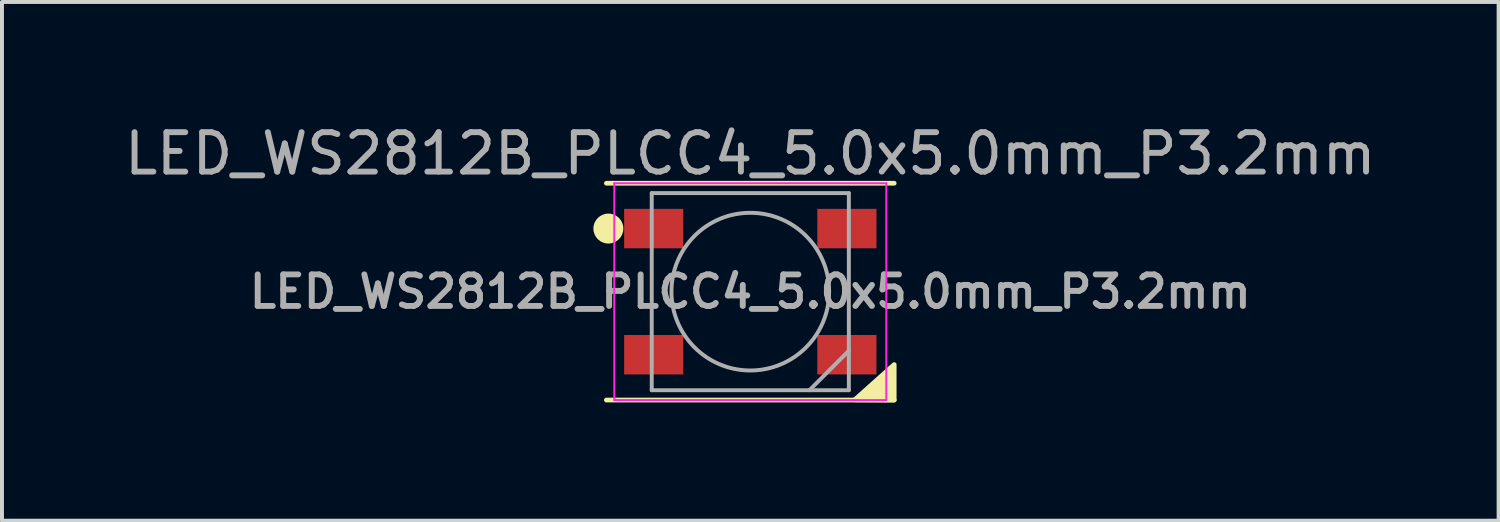
<source format=kicad_pcb>
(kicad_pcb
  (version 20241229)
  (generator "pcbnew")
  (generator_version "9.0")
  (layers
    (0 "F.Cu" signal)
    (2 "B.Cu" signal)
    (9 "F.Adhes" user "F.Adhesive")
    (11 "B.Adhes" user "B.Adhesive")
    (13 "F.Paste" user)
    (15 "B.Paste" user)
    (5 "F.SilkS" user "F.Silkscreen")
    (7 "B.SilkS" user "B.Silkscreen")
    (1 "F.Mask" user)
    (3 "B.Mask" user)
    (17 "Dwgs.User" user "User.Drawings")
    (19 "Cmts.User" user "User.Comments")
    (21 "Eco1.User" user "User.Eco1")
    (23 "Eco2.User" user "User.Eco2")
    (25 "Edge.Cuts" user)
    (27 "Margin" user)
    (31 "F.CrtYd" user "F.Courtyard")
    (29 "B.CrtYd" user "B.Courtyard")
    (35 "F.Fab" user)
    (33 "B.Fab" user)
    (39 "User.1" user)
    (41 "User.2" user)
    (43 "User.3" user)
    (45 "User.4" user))
  (footprint "LED_WS2812B_PLCC4_5.0x5.0mm_P3.2mm"
    (layer "F.Cu")
    (at 15.982 4.348)
    (property "Reference" "LED_WS2812B_PLCC4_5.0x5.0mm_P3.2mm" (at 0 -3.5 0) (layer "F.Fab") (effects (font (size 1 1) (thickness 0.15))))
    (attr smd)
    (fp_line (start -3.65 -2.75) (end 3.65 -2.75) (stroke (width 0.12) (type solid)) (layer "F.SilkS"))
    (fp_line (start -3.65 2.75) (end 3.65 2.75) (stroke (width 0.12) (type solid)) (layer "F.SilkS"))
    (fp_circle (center -3.6 -1.6) (end -3.28 -1.6) (stroke (width 0.12) (type solid)) (fill yes) (layer "F.SilkS"))
    (fp_poly (pts (xy 3.65 2.75) (xy 2.65 2.743) (xy 3.65 1.85)) (stroke (width 0.12) (type solid)) (fill yes) (layer "F.SilkS"))
    (fp_line (start -3.45 -2.75) (end -3.45 2.75) (stroke (width 0.05) (type solid)) (layer "F.CrtYd"))
    (fp_line (start -3.45 2.75) (end 3.45 2.75) (stroke (width 0.05) (type solid)) (layer "F.CrtYd"))
    (fp_line (start 3.45 -2.75) (end -3.45 -2.75) (stroke (width 0.05) (type solid)) (layer "F.CrtYd"))
    (fp_line (start 3.45 2.75) (end 3.45 -2.75) (stroke (width 0.05) (type solid)) (layer "F.CrtYd"))
    (fp_line (start -2.5 -2.5) (end -2.5 2.5) (stroke (width 0.1) (type solid)) (layer "F.Fab"))
    (fp_line (start -2.5 2.5) (end 2.5 2.5) (stroke (width 0.1) (type solid)) (layer "F.Fab"))
    (fp_line (start 2.5 -2.5) (end -2.5 -2.5) (stroke (width 0.1) (type solid)) (layer "F.Fab"))
    (fp_line (start 2.5 1.5) (end 1.5 2.5) (stroke (width 0.1) (type solid)) (layer "F.Fab"))
    (fp_line (start 2.5 2.5) (end 2.5 -2.5) (stroke (width 0.1) (type solid)) (layer "F.Fab"))
    (fp_circle (center 0 0) (end 0 -2) (stroke (width 0.1) (type solid)) (fill no) (layer "F.Fab"))
    (fp_text user "${REFERENCE}" (at 0 0 0) (layer "F.Fab") (effects (font (size 0.8 0.8) (thickness 0.15))))
    (pad "1" smd rect (at -2.45 -1.6) (size 1.5 1) (layers "F.Cu" "F.Mask" "F.Paste"))
    (pad "2" smd rect (at -2.45 1.6) (size 1.5 1) (layers "F.Cu" "F.Mask" "F.Paste"))
    (pad "3" smd rect (at 2.45 1.6) (size 1.5 1) (layers "F.Cu" "F.Mask" "F.Paste"))
    (pad "4" smd rect (at 2.45 -1.6) (size 1.5 1) (layers "F.Cu" "F.Mask" "F.Paste")))
  (gr_rect
    (start -3 -3)
    (end 34.964 10.158)
    (stroke (width 0.1) (type default))
    (fill no)
    (layer "Edge.Cuts")))
</source>
